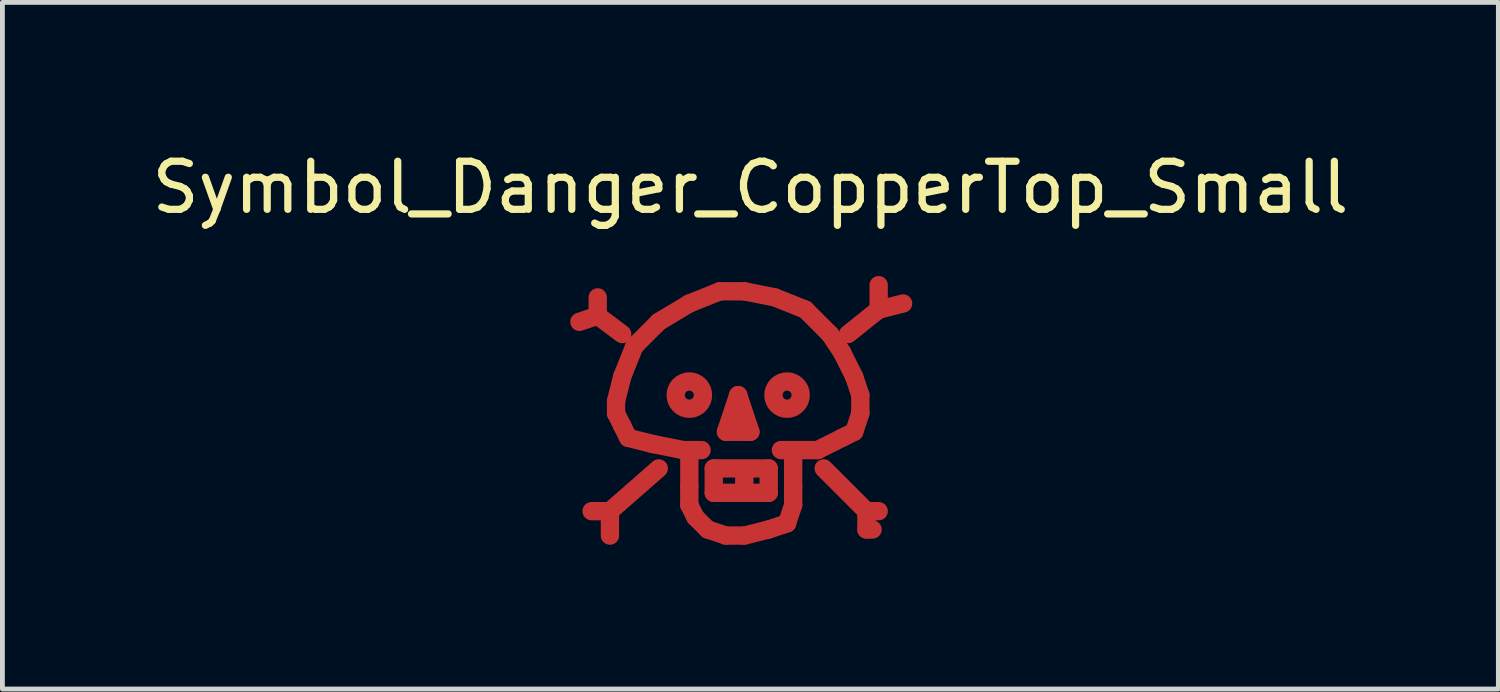
<source format=kicad_pcb>
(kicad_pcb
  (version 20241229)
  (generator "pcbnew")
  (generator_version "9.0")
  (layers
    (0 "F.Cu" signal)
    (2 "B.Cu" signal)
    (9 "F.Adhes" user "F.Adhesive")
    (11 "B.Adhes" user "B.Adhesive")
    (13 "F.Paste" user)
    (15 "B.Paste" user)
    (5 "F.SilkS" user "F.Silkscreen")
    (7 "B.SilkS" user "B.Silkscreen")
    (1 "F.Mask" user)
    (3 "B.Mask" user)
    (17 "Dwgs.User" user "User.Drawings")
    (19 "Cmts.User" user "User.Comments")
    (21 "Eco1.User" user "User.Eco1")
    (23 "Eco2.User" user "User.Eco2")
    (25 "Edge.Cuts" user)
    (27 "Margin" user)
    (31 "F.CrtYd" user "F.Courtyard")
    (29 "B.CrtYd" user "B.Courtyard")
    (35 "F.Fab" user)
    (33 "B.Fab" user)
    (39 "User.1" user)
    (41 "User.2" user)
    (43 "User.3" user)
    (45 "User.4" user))
  (footprint "Symbol_Danger_CopperTop_Small"
    (layer "F.Cu")
    (at 12.3 5.547)
    (property "Reference" "Symbol_Danger_CopperTop_Small" (at 0.254 -4.699 0) (layer "F.SilkS") (effects (font (size 1 1) (thickness 0.15))))
    (attr exclude_from_pos_files exclude_from_bom)
    (fp_line (start -2.921 -2.032) (end -3.302 -1.905) (stroke (width 0.381) (type solid)) (layer "F.Cu"))
    (fp_line (start -2.921 -2.032) (end -2.921 -2.413) (stroke (width 0.381) (type solid)) (layer "F.Cu"))
    (fp_line (start -2.667 2.032) (end -3.048 2.032) (stroke (width 0.381) (type solid)) (layer "F.Cu"))
    (fp_line (start -2.667 2.032) (end -2.667 2.54) (stroke (width 0.381) (type solid)) (layer "F.Cu"))
    (fp_line (start -2.54 -0.254) (end -2.413 -0.762) (stroke (width 0.381) (type solid)) (layer "F.Cu"))
    (fp_line (start -2.54 0) (end -2.54 -0.254) (stroke (width 0.381) (type solid)) (layer "F.Cu"))
    (fp_line (start -2.54 0) (end -2.413 0.254) (stroke (width 0.381) (type solid)) (layer "F.Cu"))
    (fp_line (start -2.413 -1.651) (end -2.921 -2.032) (stroke (width 0.381) (type solid)) (layer "F.Cu"))
    (fp_line (start -2.413 -0.762) (end -2.159 -1.397) (stroke (width 0.381) (type solid)) (layer "F.Cu"))
    (fp_line (start -2.413 0.254) (end -2.286 0.508) (stroke (width 0.381) (type solid)) (layer "F.Cu"))
    (fp_line (start -2.286 0.508) (end -1.778 0.635) (stroke (width 0.381) (type solid)) (layer "F.Cu"))
    (fp_line (start -2.159 -1.397) (end -1.651 -1.905) (stroke (width 0.381) (type solid)) (layer "F.Cu"))
    (fp_line (start -1.778 0.635) (end -1.143 0.762) (stroke (width 0.381) (type solid)) (layer "F.Cu"))
    (fp_line (start -1.651 -1.905) (end -1.016 -2.286) (stroke (width 0.381) (type solid)) (layer "F.Cu"))
    (fp_line (start -1.651 1.143) (end -2.667 2.032) (stroke (width 0.381) (type solid)) (layer "F.Cu"))
    (fp_line (start -1.143 0.762) (end -0.762 0.762) (stroke (width 0.381) (type solid)) (layer "F.Cu"))
    (fp_line (start -1.016 -2.286) (end -0.381 -2.54) (stroke (width 0.381) (type solid)) (layer "F.Cu"))
    (fp_line (start -1.016 1.524) (end -1.016 0.762) (stroke (width 0.381) (type solid)) (layer "F.Cu"))
    (fp_line (start -1.016 1.905) (end -1.016 1.524) (stroke (width 0.381) (type solid)) (layer "F.Cu"))
    (fp_line (start -1.016 1.905) (end -0.889 2.159) (stroke (width 0.381) (type solid)) (layer "F.Cu"))
    (fp_line (start -0.889 2.159) (end -0.635 2.413) (stroke (width 0.381) (type solid)) (layer "F.Cu"))
    (fp_line (start -0.635 2.413) (end -0.254 2.54) (stroke (width 0.381) (type solid)) (layer "F.Cu"))
    (fp_line (start -0.508 1.143) (end 0.635 1.143) (stroke (width 0.381) (type solid)) (layer "F.Cu"))
    (fp_line (start -0.508 1.651) (end -0.508 1.143) (stroke (width 0.381) (type solid)) (layer "F.Cu"))
    (fp_line (start -0.381 -2.54) (end 0.127 -2.54) (stroke (width 0.381) (type solid)) (layer "F.Cu"))
    (fp_line (start -0.254 0.381) (end 0 -0.381) (stroke (width 0.381) (type solid)) (layer "F.Cu"))
    (fp_line (start 0 -0.381) (end 0.254 0.381) (stroke (width 0.381) (type solid)) (layer "F.Cu"))
    (fp_line (start 0.127 -2.54) (end 0.762 -2.413) (stroke (width 0.381) (type solid)) (layer "F.Cu"))
    (fp_line (start 0.127 1.27) (end 0.127 1.524) (stroke (width 0.381) (type solid)) (layer "F.Cu"))
    (fp_line (start 0.127 2.54) (end -0.254 2.54) (stroke (width 0.381) (type solid)) (layer "F.Cu"))
    (fp_line (start 0.254 0.381) (end -0.254 0.381) (stroke (width 0.381) (type solid)) (layer "F.Cu"))
    (fp_line (start 0.635 1.143) (end 0.635 1.651) (stroke (width 0.381) (type solid)) (layer "F.Cu"))
    (fp_line (start 0.635 1.651) (end -0.508 1.651) (stroke (width 0.381) (type solid)) (layer "F.Cu"))
    (fp_line (start 0.635 2.413) (end 0.127 2.54) (stroke (width 0.381) (type solid)) (layer "F.Cu"))
    (fp_line (start 0.762 -2.413) (end 1.397 -2.159) (stroke (width 0.381) (type solid)) (layer "F.Cu"))
    (fp_line (start 1.016 2.286) (end 0.635 2.413) (stroke (width 0.381) (type solid)) (layer "F.Cu"))
    (fp_line (start 1.143 0.762) (end 1.143 1.524) (stroke (width 0.381) (type solid)) (layer "F.Cu"))
    (fp_line (start 1.143 1.524) (end 1.143 1.905) (stroke (width 0.381) (type solid)) (layer "F.Cu"))
    (fp_line (start 1.143 1.905) (end 1.016 2.286) (stroke (width 0.381) (type solid)) (layer "F.Cu"))
    (fp_line (start 1.27 0.762) (end 0.889 0.762) (stroke (width 0.381) (type solid)) (layer "F.Cu"))
    (fp_line (start 1.397 -2.159) (end 1.905 -1.651) (stroke (width 0.381) (type solid)) (layer "F.Cu"))
    (fp_line (start 1.651 0.762) (end 1.27 0.762) (stroke (width 0.381) (type solid)) (layer "F.Cu"))
    (fp_line (start 1.778 1.143) (end 2.667 2.032) (stroke (width 0.381) (type solid)) (layer "F.Cu"))
    (fp_line (start 1.905 -1.651) (end 2.159 -1.27) (stroke (width 0.381) (type solid)) (layer "F.Cu"))
    (fp_line (start 2.159 -1.27) (end 2.413 -0.762) (stroke (width 0.381) (type solid)) (layer "F.Cu"))
    (fp_line (start 2.159 0.508) (end 1.651 0.762) (stroke (width 0.381) (type solid)) (layer "F.Cu"))
    (fp_line (start 2.286 -1.651) (end 2.921 -2.159) (stroke (width 0.381) (type solid)) (layer "F.Cu"))
    (fp_line (start 2.413 -0.762) (end 2.54 -0.381) (stroke (width 0.381) (type solid)) (layer "F.Cu"))
    (fp_line (start 2.413 0.381) (end 2.159 0.508) (stroke (width 0.381) (type solid)) (layer "F.Cu"))
    (fp_line (start 2.54 -0.381) (end 2.54 0) (stroke (width 0.381) (type solid)) (layer "F.Cu"))
    (fp_line (start 2.54 0) (end 2.413 0.381) (stroke (width 0.381) (type solid)) (layer "F.Cu"))
    (fp_line (start 2.667 2.032) (end 2.667 2.413) (stroke (width 0.381) (type solid)) (layer "F.Cu"))
    (fp_line (start 2.667 2.032) (end 2.921 2.032) (stroke (width 0.381) (type solid)) (layer "F.Cu"))
    (fp_line (start 2.667 2.413) (end 2.794 2.413) (stroke (width 0.381) (type solid)) (layer "F.Cu"))
    (fp_line (start 2.921 -2.159) (end 2.921 -2.667) (stroke (width 0.381) (type solid)) (layer "F.Cu"))
    (fp_line (start 2.921 -2.159) (end 3.429 -2.286) (stroke (width 0.381) (type solid)) (layer "F.Cu"))
    (fp_circle (center -1.016 -0.381) (end -1.27 -0.254) (stroke (width 0.381) (type solid)) (fill no) (layer "F.Cu"))
    (fp_circle (center 1.016 -0.381) (end 1.27 -0.254) (stroke (width 0.381) (type solid)) (fill no) (layer "F.Cu")))
  (gr_rect
    (start -3 -3)
    (end 28.107 11.278)
    (stroke (width 0.1) (type default))
    (fill no)
    (layer "Edge.Cuts")))
</source>
